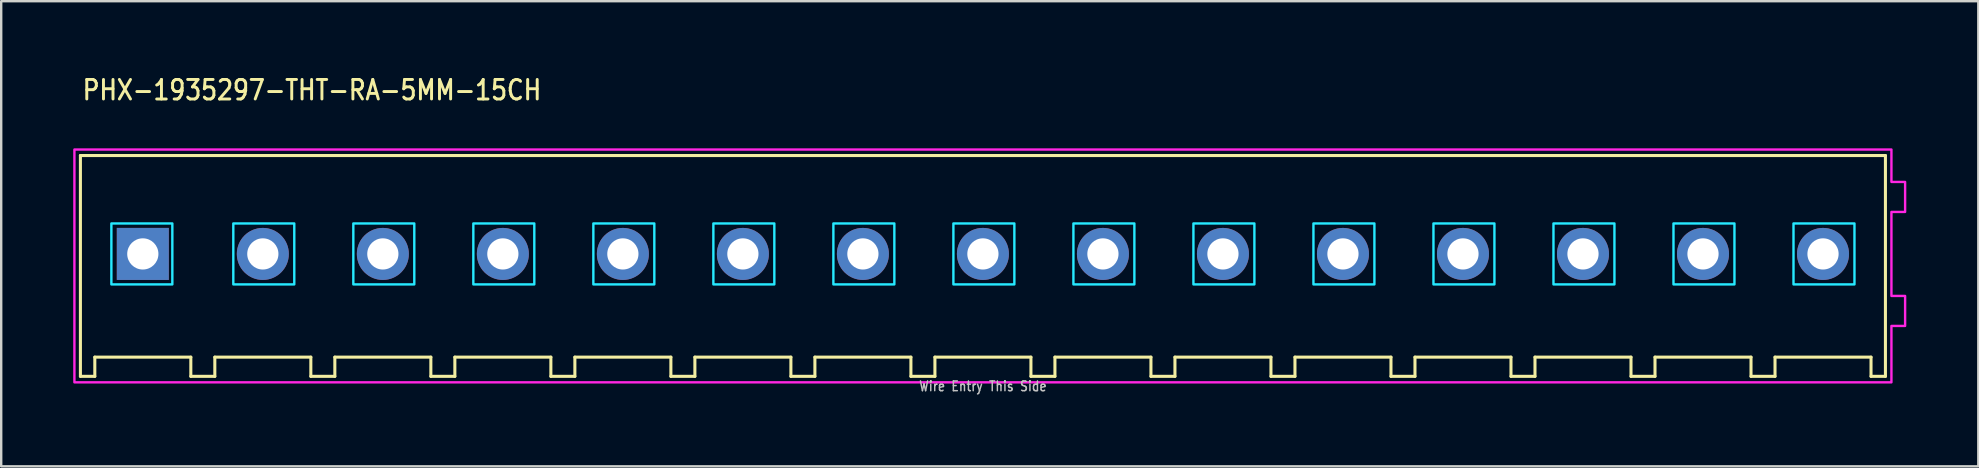
<source format=kicad_pcb>
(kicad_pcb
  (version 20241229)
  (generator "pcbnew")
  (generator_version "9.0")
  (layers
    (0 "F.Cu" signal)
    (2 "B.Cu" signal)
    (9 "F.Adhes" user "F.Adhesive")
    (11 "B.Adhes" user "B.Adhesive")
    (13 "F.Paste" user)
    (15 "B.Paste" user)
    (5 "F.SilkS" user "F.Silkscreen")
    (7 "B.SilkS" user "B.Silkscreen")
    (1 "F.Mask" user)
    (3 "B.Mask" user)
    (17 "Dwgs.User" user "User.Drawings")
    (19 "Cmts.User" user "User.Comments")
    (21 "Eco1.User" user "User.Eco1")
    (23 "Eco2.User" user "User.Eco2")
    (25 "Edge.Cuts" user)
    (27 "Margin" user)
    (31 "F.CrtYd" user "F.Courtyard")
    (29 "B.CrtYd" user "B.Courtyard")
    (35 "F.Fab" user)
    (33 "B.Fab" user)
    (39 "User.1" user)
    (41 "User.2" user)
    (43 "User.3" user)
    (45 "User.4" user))
  (footprint "PHX-1935297-THT-RA-5MM-15CH"
    (layer "F.Cu")
    (at 37.9 7.529)
    (property "Reference" "PHX-1935297-THT-RA-5MM-15CH" (at -37.58 -6.35 0) (unlocked yes) (layer "F.SilkS") (effects (font (size 0.813 0.695) (thickness 0.122)) (justify left bottom)))
    (fp_line (start -37.6 -4.1) (end -37.6 5.1) (stroke (width 0.127) (type solid)) (layer "F.SilkS"))
    (fp_line (start -37.6 5.1) (end -37 5.1) (stroke (width 0.127) (type solid)) (layer "F.SilkS"))
    (fp_line (start -37 4.3) (end -33 4.3) (stroke (width 0.127) (type solid)) (layer "F.SilkS"))
    (fp_line (start -37 5.1) (end -37 4.3) (stroke (width 0.127) (type solid)) (layer "F.SilkS"))
    (fp_line (start -33 4.3) (end -33 5.1) (stroke (width 0.127) (type solid)) (layer "F.SilkS"))
    (fp_line (start -33 5.1) (end -32 5.1) (stroke (width 0.127) (type solid)) (layer "F.SilkS"))
    (fp_line (start -32 4.3) (end -28 4.3) (stroke (width 0.127) (type solid)) (layer "F.SilkS"))
    (fp_line (start -32 5.1) (end -32 4.3) (stroke (width 0.127) (type solid)) (layer "F.SilkS"))
    (fp_line (start -28 4.3) (end -28 5.1) (stroke (width 0.127) (type solid)) (layer "F.SilkS"))
    (fp_line (start -28 5.1) (end -27 5.1) (stroke (width 0.127) (type solid)) (layer "F.SilkS"))
    (fp_line (start -27 4.3) (end -23 4.3) (stroke (width 0.127) (type solid)) (layer "F.SilkS"))
    (fp_line (start -27 5.1) (end -27 4.3) (stroke (width 0.127) (type solid)) (layer "F.SilkS"))
    (fp_line (start -23 4.3) (end -23 5.1) (stroke (width 0.127) (type solid)) (layer "F.SilkS"))
    (fp_line (start -23 5.1) (end -22 5.1) (stroke (width 0.127) (type solid)) (layer "F.SilkS"))
    (fp_line (start -22 4.3) (end -18 4.3) (stroke (width 0.127) (type solid)) (layer "F.SilkS"))
    (fp_line (start -22 5.1) (end -22 4.3) (stroke (width 0.127) (type solid)) (layer "F.SilkS"))
    (fp_line (start -18 4.3) (end -18 5.1) (stroke (width 0.127) (type solid)) (layer "F.SilkS"))
    (fp_line (start -18 5.1) (end -17 5.1) (stroke (width 0.127) (type solid)) (layer "F.SilkS"))
    (fp_line (start -17 4.3) (end -13 4.3) (stroke (width 0.127) (type solid)) (layer "F.SilkS"))
    (fp_line (start -17 5.1) (end -17 4.3) (stroke (width 0.127) (type solid)) (layer "F.SilkS"))
    (fp_line (start -13 4.3) (end -13 5.1) (stroke (width 0.127) (type solid)) (layer "F.SilkS"))
    (fp_line (start -13 5.1) (end -12 5.1) (stroke (width 0.127) (type solid)) (layer "F.SilkS"))
    (fp_line (start -12 4.3) (end -8 4.3) (stroke (width 0.127) (type solid)) (layer "F.SilkS"))
    (fp_line (start -12 5.1) (end -12 4.3) (stroke (width 0.127) (type solid)) (layer "F.SilkS"))
    (fp_line (start -8 4.3) (end -8 5.1) (stroke (width 0.127) (type solid)) (layer "F.SilkS"))
    (fp_line (start -8 5.1) (end -7 5.1) (stroke (width 0.127) (type solid)) (layer "F.SilkS"))
    (fp_line (start -7 4.3) (end -3 4.3) (stroke (width 0.127) (type solid)) (layer "F.SilkS"))
    (fp_line (start -7 5.1) (end -7 4.3) (stroke (width 0.127) (type solid)) (layer "F.SilkS"))
    (fp_line (start -3 4.3) (end -3 5.1) (stroke (width 0.127) (type solid)) (layer "F.SilkS"))
    (fp_line (start -3 5.1) (end -2 5.1) (stroke (width 0.127) (type solid)) (layer "F.SilkS"))
    (fp_line (start -2 4.3) (end 2 4.3) (stroke (width 0.127) (type solid)) (layer "F.SilkS"))
    (fp_line (start -2 5.1) (end -2 4.3) (stroke (width 0.127) (type solid)) (layer "F.SilkS"))
    (fp_line (start 2 4.3) (end 2 5.1) (stroke (width 0.127) (type solid)) (layer "F.SilkS"))
    (fp_line (start 2 5.1) (end 3 5.1) (stroke (width 0.127) (type solid)) (layer "F.SilkS"))
    (fp_line (start 3 4.3) (end 7 4.3) (stroke (width 0.127) (type solid)) (layer "F.SilkS"))
    (fp_line (start 3 5.1) (end 3 4.3) (stroke (width 0.127) (type solid)) (layer "F.SilkS"))
    (fp_line (start 7 4.3) (end 7 5.1) (stroke (width 0.127) (type solid)) (layer "F.SilkS"))
    (fp_line (start 7 5.1) (end 8 5.1) (stroke (width 0.127) (type solid)) (layer "F.SilkS"))
    (fp_line (start 8 4.3) (end 12 4.3) (stroke (width 0.127) (type solid)) (layer "F.SilkS"))
    (fp_line (start 8 5.1) (end 8 4.3) (stroke (width 0.127) (type solid)) (layer "F.SilkS"))
    (fp_line (start 12 4.3) (end 12 5.1) (stroke (width 0.127) (type solid)) (layer "F.SilkS"))
    (fp_line (start 12 5.1) (end 13 5.1) (stroke (width 0.127) (type solid)) (layer "F.SilkS"))
    (fp_line (start 13 4.3) (end 17 4.3) (stroke (width 0.127) (type solid)) (layer "F.SilkS"))
    (fp_line (start 13 5.1) (end 13 4.3) (stroke (width 0.127) (type solid)) (layer "F.SilkS"))
    (fp_line (start 17 4.3) (end 17 5.1) (stroke (width 0.127) (type solid)) (layer "F.SilkS"))
    (fp_line (start 17 5.1) (end 18 5.1) (stroke (width 0.127) (type solid)) (layer "F.SilkS"))
    (fp_line (start 18 4.3) (end 22 4.3) (stroke (width 0.127) (type solid)) (layer "F.SilkS"))
    (fp_line (start 18 5.1) (end 18 4.3) (stroke (width 0.127) (type solid)) (layer "F.SilkS"))
    (fp_line (start 22 4.3) (end 22 5.1) (stroke (width 0.127) (type solid)) (layer "F.SilkS"))
    (fp_line (start 22 5.1) (end 23 5.1) (stroke (width 0.127) (type solid)) (layer "F.SilkS"))
    (fp_line (start 23 4.3) (end 27 4.3) (stroke (width 0.127) (type solid)) (layer "F.SilkS"))
    (fp_line (start 23 5.1) (end 23 4.3) (stroke (width 0.127) (type solid)) (layer "F.SilkS"))
    (fp_line (start 27 4.3) (end 27 5.1) (stroke (width 0.127) (type solid)) (layer "F.SilkS"))
    (fp_line (start 27 5.1) (end 28 5.1) (stroke (width 0.127) (type solid)) (layer "F.SilkS"))
    (fp_line (start 28 4.3) (end 32 4.3) (stroke (width 0.127) (type solid)) (layer "F.SilkS"))
    (fp_line (start 28 5.1) (end 28 4.3) (stroke (width 0.127) (type solid)) (layer "F.SilkS"))
    (fp_line (start 32 4.3) (end 32 5.1) (stroke (width 0.127) (type solid)) (layer "F.SilkS"))
    (fp_line (start 32 5.1) (end 33 5.1) (stroke (width 0.127) (type solid)) (layer "F.SilkS"))
    (fp_line (start 33 4.3) (end 37 4.3) (stroke (width 0.127) (type solid)) (layer "F.SilkS"))
    (fp_line (start 33 5.1) (end 33 4.3) (stroke (width 0.127) (type solid)) (layer "F.SilkS"))
    (fp_line (start 37 4.3) (end 37 5.1) (stroke (width 0.127) (type solid)) (layer "F.SilkS"))
    (fp_line (start 37 5.1) (end 37.6 5.1) (stroke (width 0.127) (type solid)) (layer "F.SilkS"))
    (fp_line (start 37.6 -4.1) (end -37.6 -4.1) (stroke (width 0.127) (type solid)) (layer "F.SilkS"))
    (fp_line (start 37.6 5.1) (end 37.6 -4.1) (stroke (width 0.127) (type solid)) (layer "F.SilkS"))
    (fp_poly (pts (xy -36.31 -1.27) (xy -33.77 -1.27) (xy -33.77 1.27) (xy -36.31 1.27)) (stroke (width 0.1) (type solid)) (fill no) (layer "B.CrtYd"))
    (fp_poly (pts (xy -31.23 -1.27) (xy -28.69 -1.27) (xy -28.69 1.27) (xy -31.23 1.27)) (stroke (width 0.1) (type solid)) (fill no) (layer "B.CrtYd"))
    (fp_poly (pts (xy -26.23 -1.27) (xy -23.69 -1.27) (xy -23.69 1.27) (xy -26.23 1.27)) (stroke (width 0.1) (type solid)) (fill no) (layer "B.CrtYd"))
    (fp_poly (pts (xy -21.23 -1.27) (xy -18.69 -1.27) (xy -18.69 1.27) (xy -21.23 1.27)) (stroke (width 0.1) (type solid)) (fill no) (layer "B.CrtYd"))
    (fp_poly (pts (xy -16.23 -1.27) (xy -13.69 -1.27) (xy -13.69 1.27) (xy -16.23 1.27)) (stroke (width 0.1) (type solid)) (fill no) (layer "B.CrtYd"))
    (fp_poly (pts (xy -11.23 -1.27) (xy -8.69 -1.27) (xy -8.69 1.27) (xy -11.23 1.27)) (stroke (width 0.1) (type solid)) (fill no) (layer "B.CrtYd"))
    (fp_poly (pts (xy -6.23 -1.27) (xy -3.69 -1.27) (xy -3.69 1.27) (xy -6.23 1.27)) (stroke (width 0.1) (type solid)) (fill no) (layer "B.CrtYd"))
    (fp_poly (pts (xy -1.23 -1.27) (xy 1.31 -1.27) (xy 1.31 1.27) (xy -1.23 1.27)) (stroke (width 0.1) (type solid)) (fill no) (layer "B.CrtYd"))
    (fp_poly (pts (xy 3.77 -1.27) (xy 6.31 -1.27) (xy 6.31 1.27) (xy 3.77 1.27)) (stroke (width 0.1) (type solid)) (fill no) (layer "B.CrtYd"))
    (fp_poly (pts (xy 8.77 -1.27) (xy 11.31 -1.27) (xy 11.31 1.27) (xy 8.77 1.27)) (stroke (width 0.1) (type solid)) (fill no) (layer "B.CrtYd"))
    (fp_poly (pts (xy 13.77 -1.27) (xy 16.31 -1.27) (xy 16.31 1.27) (xy 13.77 1.27)) (stroke (width 0.1) (type solid)) (fill no) (layer "B.CrtYd"))
    (fp_poly (pts (xy 18.77 -1.27) (xy 21.31 -1.27) (xy 21.31 1.27) (xy 18.77 1.27)) (stroke (width 0.1) (type solid)) (fill no) (layer "B.CrtYd"))
    (fp_poly (pts (xy 23.77 -1.27) (xy 26.31 -1.27) (xy 26.31 1.27) (xy 23.77 1.27)) (stroke (width 0.1) (type solid)) (fill no) (layer "B.CrtYd"))
    (fp_poly (pts (xy 28.77 -1.27) (xy 31.31 -1.27) (xy 31.31 1.27) (xy 28.77 1.27)) (stroke (width 0.1) (type solid)) (fill no) (layer "B.CrtYd"))
    (fp_poly (pts (xy 33.77 -1.27) (xy 36.31 -1.27) (xy 36.31 1.27) (xy 33.77 1.27)) (stroke (width 0.1) (type solid)) (fill no) (layer "B.CrtYd"))
    (fp_poly (pts (xy -37.85 -4.35) (xy -37.85 5.35) (xy 37.85 5.35) (xy 37.85 3) (xy 38.42 3) (xy 38.42 1.75) (xy 37.85 1.75) (xy 37.85 -1.75) (xy 38.42 -1.75) (xy 38.42 -3) (xy 37.85 -3) (xy 37.85 -4.35)) (stroke (width 0.1) (type solid)) (fill no) (layer "F.CrtYd"))
    (fp_text user "Wire Entry This Side" (at 0 5.75 0) (unlocked yes) (layer "Dwgs.User") (effects (font (size 0.406 0.347) (thickness 0.061)) (justify bottom)))
    (pad "1" thru_hole rect (at -35 0) (size 2.167 2.167) (drill 1.3) (layers "*.Cu" "*.Mask"))
    (pad "2" thru_hole oval (at -30 0) (size 2.167 2.167) (drill 1.3) (layers "*.Cu" "*.Mask"))
    (pad "3" thru_hole oval (at -25 0) (size 2.167 2.167) (drill 1.3) (layers "*.Cu" "*.Mask"))
    (pad "4" thru_hole oval (at -20 0) (size 2.167 2.167) (drill 1.3) (layers "*.Cu" "*.Mask"))
    (pad "5" thru_hole oval (at -15 0) (size 2.167 2.167) (drill 1.3) (layers "*.Cu" "*.Mask"))
    (pad "6" thru_hole oval (at -10 0) (size 2.167 2.167) (drill 1.3) (layers "*.Cu" "*.Mask"))
    (pad "7" thru_hole oval (at -5 0) (size 2.167 2.167) (drill 1.3) (layers "*.Cu" "*.Mask"))
    (pad "8" thru_hole oval (at 0 0) (size 2.167 2.167) (drill 1.3) (layers "*.Cu" "*.Mask"))
    (pad "9" thru_hole oval (at 5 0) (size 2.167 2.167) (drill 1.3) (layers "*.Cu" "*.Mask"))
    (pad "10" thru_hole oval (at 10 0) (size 2.167 2.167) (drill 1.3) (layers "*.Cu" "*.Mask"))
    (pad "11" thru_hole oval (at 15 0) (size 2.167 2.167) (drill 1.3) (layers "*.Cu" "*.Mask"))
    (pad "12" thru_hole oval (at 20 0) (size 2.167 2.167) (drill 1.3) (layers "*.Cu" "*.Mask"))
    (pad "13" thru_hole oval (at 25 0) (size 2.167 2.167) (drill 1.3) (layers "*.Cu" "*.Mask"))
    (pad "14" thru_hole oval (at 30 0) (size 2.167 2.167) (drill 1.3) (layers "*.Cu" "*.Mask"))
    (pad "15" thru_hole oval (at 35 0) (size 2.167 2.167) (drill 1.3) (layers "*.Cu" "*.Mask")))
  (gr_rect
    (start -3 -3)
    (end 79.37 16.379)
    (stroke (width 0.1) (type default))
    (fill no)
    (layer "Edge.Cuts")))
</source>
